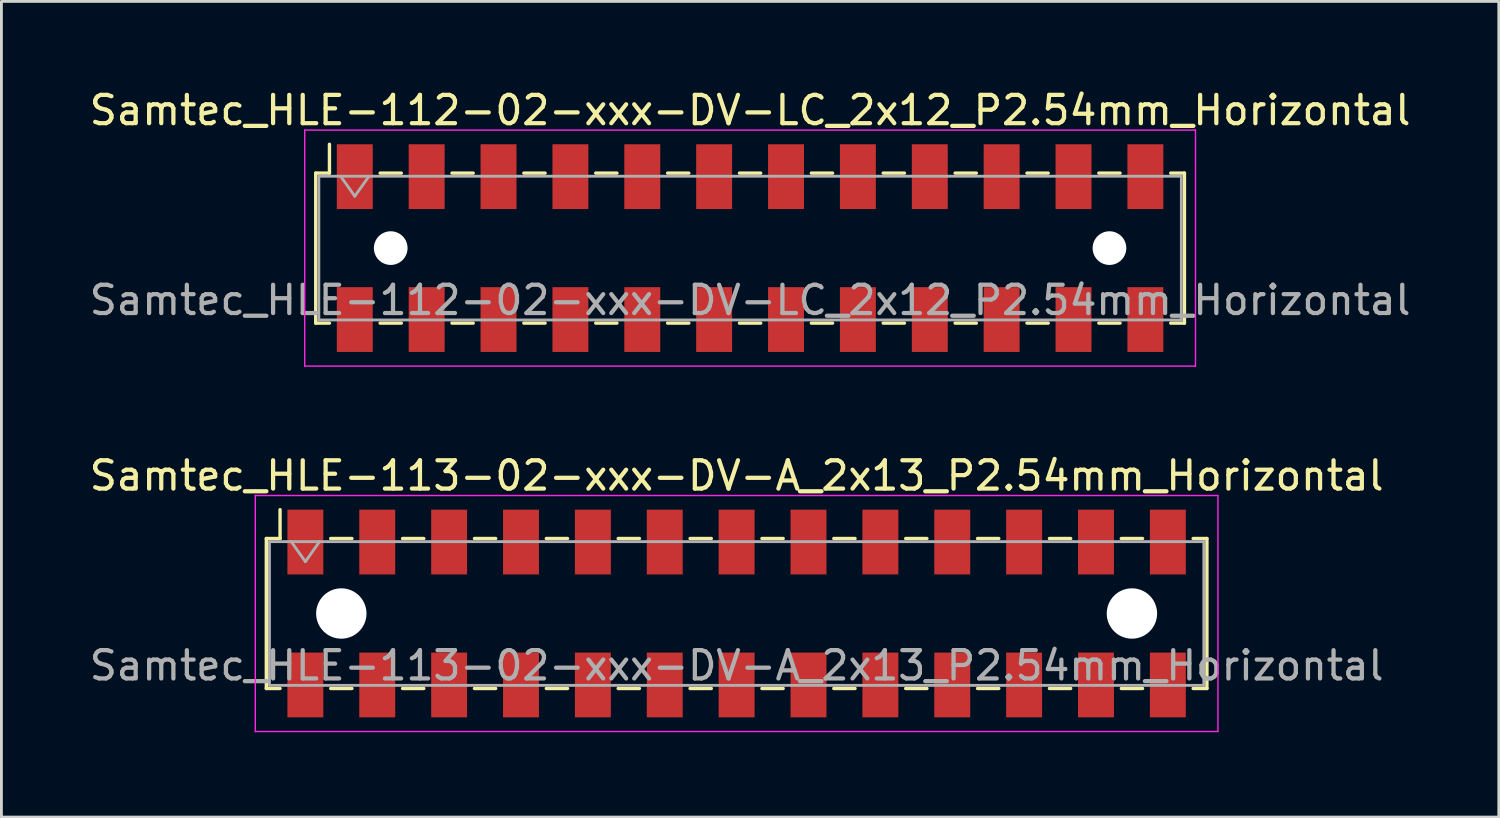
<source format=kicad_pcb>
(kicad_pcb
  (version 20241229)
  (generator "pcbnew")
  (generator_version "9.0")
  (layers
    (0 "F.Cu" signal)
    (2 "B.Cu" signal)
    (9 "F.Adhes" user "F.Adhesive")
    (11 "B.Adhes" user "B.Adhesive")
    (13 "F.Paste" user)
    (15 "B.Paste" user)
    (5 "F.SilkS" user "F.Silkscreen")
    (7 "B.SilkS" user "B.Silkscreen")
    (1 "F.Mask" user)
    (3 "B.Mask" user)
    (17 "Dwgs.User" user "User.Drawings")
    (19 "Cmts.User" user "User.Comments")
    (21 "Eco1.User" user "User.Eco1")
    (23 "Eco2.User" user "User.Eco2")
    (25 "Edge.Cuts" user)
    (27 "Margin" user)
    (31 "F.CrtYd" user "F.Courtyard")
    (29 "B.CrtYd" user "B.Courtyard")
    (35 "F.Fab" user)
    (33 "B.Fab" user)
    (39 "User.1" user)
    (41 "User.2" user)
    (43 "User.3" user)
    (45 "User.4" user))
  (footprint "Samtec_HLE-112-02-xxx-DV-LC_2x12_P2.54mm_Horizontal"
    (layer "F.Cu")
    (at 23.458 5.718)
    (property "Reference" "Samtec_HLE-112-02-xxx-DV-LC_2x12_P2.54mm_Horizontal" (at 0 -4.87 0) (layer "F.SilkS") (effects (font (size 1 1) (thickness 0.15))))
    (attr smd)
    (fp_line (start -15.35 -2.65) (end -15.35 2.65) (stroke (width 0.12) (type solid)) (layer "F.SilkS"))
    (fp_line (start -15.35 2.65) (end -14.865 2.65) (stroke (width 0.12) (type solid)) (layer "F.SilkS"))
    (fp_line (start -14.865 -3.67) (end -14.865 -2.65) (stroke (width 0.12) (type solid)) (layer "F.SilkS"))
    (fp_line (start -14.865 -2.65) (end -15.35 -2.65) (stroke (width 0.12) (type solid)) (layer "F.SilkS"))
    (fp_line (start -13.075 -2.65) (end -12.325 -2.65) (stroke (width 0.12) (type solid)) (layer "F.SilkS"))
    (fp_line (start -13.075 2.65) (end -12.325 2.65) (stroke (width 0.12) (type solid)) (layer "F.SilkS"))
    (fp_line (start -10.535 -2.65) (end -9.785 -2.65) (stroke (width 0.12) (type solid)) (layer "F.SilkS"))
    (fp_line (start -10.535 2.65) (end -9.785 2.65) (stroke (width 0.12) (type solid)) (layer "F.SilkS"))
    (fp_line (start -7.995 -2.65) (end -7.245 -2.65) (stroke (width 0.12) (type solid)) (layer "F.SilkS"))
    (fp_line (start -7.995 2.65) (end -7.245 2.65) (stroke (width 0.12) (type solid)) (layer "F.SilkS"))
    (fp_line (start -5.455 -2.65) (end -4.705 -2.65) (stroke (width 0.12) (type solid)) (layer "F.SilkS"))
    (fp_line (start -5.455 2.65) (end -4.705 2.65) (stroke (width 0.12) (type solid)) (layer "F.SilkS"))
    (fp_line (start -2.915 -2.65) (end -2.165 -2.65) (stroke (width 0.12) (type solid)) (layer "F.SilkS"))
    (fp_line (start -2.915 2.65) (end -2.165 2.65) (stroke (width 0.12) (type solid)) (layer "F.SilkS"))
    (fp_line (start -0.375 -2.65) (end 0.375 -2.65) (stroke (width 0.12) (type solid)) (layer "F.SilkS"))
    (fp_line (start -0.375 2.65) (end 0.375 2.65) (stroke (width 0.12) (type solid)) (layer "F.SilkS"))
    (fp_line (start 2.165 -2.65) (end 2.915 -2.65) (stroke (width 0.12) (type solid)) (layer "F.SilkS"))
    (fp_line (start 2.165 2.65) (end 2.915 2.65) (stroke (width 0.12) (type solid)) (layer "F.SilkS"))
    (fp_line (start 4.705 -2.65) (end 5.455 -2.65) (stroke (width 0.12) (type solid)) (layer "F.SilkS"))
    (fp_line (start 4.705 2.65) (end 5.455 2.65) (stroke (width 0.12) (type solid)) (layer "F.SilkS"))
    (fp_line (start 7.245 -2.65) (end 7.995 -2.65) (stroke (width 0.12) (type solid)) (layer "F.SilkS"))
    (fp_line (start 7.245 2.65) (end 7.995 2.65) (stroke (width 0.12) (type solid)) (layer "F.SilkS"))
    (fp_line (start 9.785 -2.65) (end 10.535 -2.65) (stroke (width 0.12) (type solid)) (layer "F.SilkS"))
    (fp_line (start 9.785 2.65) (end 10.535 2.65) (stroke (width 0.12) (type solid)) (layer "F.SilkS"))
    (fp_line (start 12.325 -2.65) (end 13.075 -2.65) (stroke (width 0.12) (type solid)) (layer "F.SilkS"))
    (fp_line (start 12.325 2.65) (end 13.075 2.65) (stroke (width 0.12) (type solid)) (layer "F.SilkS"))
    (fp_line (start 14.865 -2.65) (end 15.35 -2.65) (stroke (width 0.12) (type solid)) (layer "F.SilkS"))
    (fp_line (start 15.35 -2.65) (end 15.35 2.65) (stroke (width 0.12) (type solid)) (layer "F.SilkS"))
    (fp_line (start 15.35 2.65) (end 14.865 2.65) (stroke (width 0.12) (type solid)) (layer "F.SilkS"))
    (fp_line (start -15.74 -4.17) (end 15.74 -4.17) (stroke (width 0.05) (type solid)) (layer "F.CrtYd"))
    (fp_line (start -15.74 4.17) (end -15.74 -4.17) (stroke (width 0.05) (type solid)) (layer "F.CrtYd"))
    (fp_line (start 15.74 -4.17) (end 15.74 4.17) (stroke (width 0.05) (type solid)) (layer "F.CrtYd"))
    (fp_line (start 15.74 4.17) (end -15.74 4.17) (stroke (width 0.05) (type solid)) (layer "F.CrtYd"))
    (fp_line (start -15.24 -2.54) (end 15.24 -2.54) (stroke (width 0.1) (type solid)) (layer "F.Fab"))
    (fp_line (start -15.24 2.54) (end -15.24 -2.54) (stroke (width 0.1) (type solid)) (layer "F.Fab"))
    (fp_line (start -14.47 -2.54) (end -13.97 -1.833) (stroke (width 0.1) (type solid)) (layer "F.Fab"))
    (fp_line (start -13.97 -1.833) (end -13.47 -2.54) (stroke (width 0.1) (type solid)) (layer "F.Fab"))
    (fp_line (start 15.24 -2.54) (end 15.24 2.54) (stroke (width 0.1) (type solid)) (layer "F.Fab"))
    (fp_line (start 15.24 2.54) (end -15.24 2.54) (stroke (width 0.1) (type solid)) (layer "F.Fab"))
    (fp_text user "${REFERENCE}" (at 0 1.84 0) (layer "F.Fab") (effects (font (size 1 1) (thickness 0.15))))
    (pad "" np_thru_hole circle (at -12.7 0) (size 1.19 1.19) (drill 1.19) (layers "*.Cu" "*.Mask"))
    (pad "" np_thru_hole circle (at 12.7 0) (size 1.19 1.19) (drill 1.19) (layers "*.Cu" "*.Mask"))
    (pad "1" smd rect (at -13.97 -2.525) (size 1.27 2.29) (layers "F.Cu" "F.Mask" "F.Paste"))
    (pad "2" smd rect (at -13.97 2.525) (size 1.27 2.29) (layers "F.Cu" "F.Mask" "F.Paste"))
    (pad "3" smd rect (at -11.43 -2.525) (size 1.27 2.29) (layers "F.Cu" "F.Mask" "F.Paste"))
    (pad "4" smd rect (at -11.43 2.525) (size 1.27 2.29) (layers "F.Cu" "F.Mask" "F.Paste"))
    (pad "5" smd rect (at -8.89 -2.525) (size 1.27 2.29) (layers "F.Cu" "F.Mask" "F.Paste"))
    (pad "6" smd rect (at -8.89 2.525) (size 1.27 2.29) (layers "F.Cu" "F.Mask" "F.Paste"))
    (pad "7" smd rect (at -6.35 -2.525) (size 1.27 2.29) (layers "F.Cu" "F.Mask" "F.Paste"))
    (pad "8" smd rect (at -6.35 2.525) (size 1.27 2.29) (layers "F.Cu" "F.Mask" "F.Paste"))
    (pad "9" smd rect (at -3.81 -2.525) (size 1.27 2.29) (layers "F.Cu" "F.Mask" "F.Paste"))
    (pad "10" smd rect (at -3.81 2.525) (size 1.27 2.29) (layers "F.Cu" "F.Mask" "F.Paste"))
    (pad "11" smd rect (at -1.27 -2.525) (size 1.27 2.29) (layers "F.Cu" "F.Mask" "F.Paste"))
    (pad "12" smd rect (at -1.27 2.525) (size 1.27 2.29) (layers "F.Cu" "F.Mask" "F.Paste"))
    (pad "13" smd rect (at 1.27 -2.525) (size 1.27 2.29) (layers "F.Cu" "F.Mask" "F.Paste"))
    (pad "14" smd rect (at 1.27 2.525) (size 1.27 2.29) (layers "F.Cu" "F.Mask" "F.Paste"))
    (pad "15" smd rect (at 3.81 -2.525) (size 1.27 2.29) (layers "F.Cu" "F.Mask" "F.Paste"))
    (pad "16" smd rect (at 3.81 2.525) (size 1.27 2.29) (layers "F.Cu" "F.Mask" "F.Paste"))
    (pad "17" smd rect (at 6.35 -2.525) (size 1.27 2.29) (layers "F.Cu" "F.Mask" "F.Paste"))
    (pad "18" smd rect (at 6.35 2.525) (size 1.27 2.29) (layers "F.Cu" "F.Mask" "F.Paste"))
    (pad "19" smd rect (at 8.89 -2.525) (size 1.27 2.29) (layers "F.Cu" "F.Mask" "F.Paste"))
    (pad "20" smd rect (at 8.89 2.525) (size 1.27 2.29) (layers "F.Cu" "F.Mask" "F.Paste"))
    (pad "21" smd rect (at 11.43 -2.525) (size 1.27 2.29) (layers "F.Cu" "F.Mask" "F.Paste"))
    (pad "22" smd rect (at 11.43 2.525) (size 1.27 2.29) (layers "F.Cu" "F.Mask" "F.Paste"))
    (pad "23" smd rect (at 13.97 -2.525) (size 1.27 2.29) (layers "F.Cu" "F.Mask" "F.Paste"))
    (pad "24" smd rect (at 13.97 2.525) (size 1.27 2.29) (layers "F.Cu" "F.Mask" "F.Paste")))
  (footprint "Samtec_HLE-113-02-xxx-DV-A_2x13_P2.54mm_Horizontal"
    (layer "F.Cu")
    (at 22.982 18.631)
    (property "Reference" "Samtec_HLE-113-02-xxx-DV-A_2x13_P2.54mm_Horizontal" (at 0 -4.87 0) (layer "F.SilkS") (effects (font (size 1 1) (thickness 0.15))))
    (attr smd)
    (fp_line (start -16.62 -2.65) (end -16.62 2.65) (stroke (width 0.12) (type solid)) (layer "F.SilkS"))
    (fp_line (start -16.62 2.65) (end -16.135 2.65) (stroke (width 0.12) (type solid)) (layer "F.SilkS"))
    (fp_line (start -16.135 -3.67) (end -16.135 -2.65) (stroke (width 0.12) (type solid)) (layer "F.SilkS"))
    (fp_line (start -16.135 -2.65) (end -16.62 -2.65) (stroke (width 0.12) (type solid)) (layer "F.SilkS"))
    (fp_line (start -14.345 -2.65) (end -13.595 -2.65) (stroke (width 0.12) (type solid)) (layer "F.SilkS"))
    (fp_line (start -14.345 2.65) (end -13.595 2.65) (stroke (width 0.12) (type solid)) (layer "F.SilkS"))
    (fp_line (start -11.805 -2.65) (end -11.055 -2.65) (stroke (width 0.12) (type solid)) (layer "F.SilkS"))
    (fp_line (start -11.805 2.65) (end -11.055 2.65) (stroke (width 0.12) (type solid)) (layer "F.SilkS"))
    (fp_line (start -9.265 -2.65) (end -8.515 -2.65) (stroke (width 0.12) (type solid)) (layer "F.SilkS"))
    (fp_line (start -9.265 2.65) (end -8.515 2.65) (stroke (width 0.12) (type solid)) (layer "F.SilkS"))
    (fp_line (start -6.725 -2.65) (end -5.975 -2.65) (stroke (width 0.12) (type solid)) (layer "F.SilkS"))
    (fp_line (start -6.725 2.65) (end -5.975 2.65) (stroke (width 0.12) (type solid)) (layer "F.SilkS"))
    (fp_line (start -4.185 -2.65) (end -3.435 -2.65) (stroke (width 0.12) (type solid)) (layer "F.SilkS"))
    (fp_line (start -4.185 2.65) (end -3.435 2.65) (stroke (width 0.12) (type solid)) (layer "F.SilkS"))
    (fp_line (start -1.645 -2.65) (end -0.895 -2.65) (stroke (width 0.12) (type solid)) (layer "F.SilkS"))
    (fp_line (start -1.645 2.65) (end -0.895 2.65) (stroke (width 0.12) (type solid)) (layer "F.SilkS"))
    (fp_line (start 0.895 -2.65) (end 1.645 -2.65) (stroke (width 0.12) (type solid)) (layer "F.SilkS"))
    (fp_line (start 0.895 2.65) (end 1.645 2.65) (stroke (width 0.12) (type solid)) (layer "F.SilkS"))
    (fp_line (start 3.435 -2.65) (end 4.185 -2.65) (stroke (width 0.12) (type solid)) (layer "F.SilkS"))
    (fp_line (start 3.435 2.65) (end 4.185 2.65) (stroke (width 0.12) (type solid)) (layer "F.SilkS"))
    (fp_line (start 5.975 -2.65) (end 6.725 -2.65) (stroke (width 0.12) (type solid)) (layer "F.SilkS"))
    (fp_line (start 5.975 2.65) (end 6.725 2.65) (stroke (width 0.12) (type solid)) (layer "F.SilkS"))
    (fp_line (start 8.515 -2.65) (end 9.265 -2.65) (stroke (width 0.12) (type solid)) (layer "F.SilkS"))
    (fp_line (start 8.515 2.65) (end 9.265 2.65) (stroke (width 0.12) (type solid)) (layer "F.SilkS"))
    (fp_line (start 11.055 -2.65) (end 11.805 -2.65) (stroke (width 0.12) (type solid)) (layer "F.SilkS"))
    (fp_line (start 11.055 2.65) (end 11.805 2.65) (stroke (width 0.12) (type solid)) (layer "F.SilkS"))
    (fp_line (start 13.595 -2.65) (end 14.345 -2.65) (stroke (width 0.12) (type solid)) (layer "F.SilkS"))
    (fp_line (start 13.595 2.65) (end 14.345 2.65) (stroke (width 0.12) (type solid)) (layer "F.SilkS"))
    (fp_line (start 16.135 -2.65) (end 16.62 -2.65) (stroke (width 0.12) (type solid)) (layer "F.SilkS"))
    (fp_line (start 16.62 -2.65) (end 16.62 2.65) (stroke (width 0.12) (type solid)) (layer "F.SilkS"))
    (fp_line (start 16.62 2.65) (end 16.135 2.65) (stroke (width 0.12) (type solid)) (layer "F.SilkS"))
    (fp_line (start -17.01 -4.17) (end 17.01 -4.17) (stroke (width 0.05) (type solid)) (layer "F.CrtYd"))
    (fp_line (start -17.01 4.17) (end -17.01 -4.17) (stroke (width 0.05) (type solid)) (layer "F.CrtYd"))
    (fp_line (start 17.01 -4.17) (end 17.01 4.17) (stroke (width 0.05) (type solid)) (layer "F.CrtYd"))
    (fp_line (start 17.01 4.17) (end -17.01 4.17) (stroke (width 0.05) (type solid)) (layer "F.CrtYd"))
    (fp_line (start -16.51 -2.54) (end 16.51 -2.54) (stroke (width 0.1) (type solid)) (layer "F.Fab"))
    (fp_line (start -16.51 2.54) (end -16.51 -2.54) (stroke (width 0.1) (type solid)) (layer "F.Fab"))
    (fp_line (start -15.74 -2.54) (end -15.24 -1.833) (stroke (width 0.1) (type solid)) (layer "F.Fab"))
    (fp_line (start -15.24 -1.833) (end -14.74 -2.54) (stroke (width 0.1) (type solid)) (layer "F.Fab"))
    (fp_line (start 16.51 -2.54) (end 16.51 2.54) (stroke (width 0.1) (type solid)) (layer "F.Fab"))
    (fp_line (start 16.51 2.54) (end -16.51 2.54) (stroke (width 0.1) (type solid)) (layer "F.Fab"))
    (fp_text user "${REFERENCE}" (at 0 1.84 0) (layer "F.Fab") (effects (font (size 1 1) (thickness 0.15))))
    (pad "" np_thru_hole circle (at -13.97 0) (size 1.78 1.78) (drill 1.78) (layers "*.Cu" "*.Mask"))
    (pad "" np_thru_hole circle (at 13.97 0) (size 1.78 1.78) (drill 1.78) (layers "*.Cu" "*.Mask"))
    (pad "1" smd rect (at -15.24 -2.525) (size 1.27 2.29) (layers "F.Cu" "F.Mask" "F.Paste"))
    (pad "2" smd rect (at -15.24 2.525) (size 1.27 2.29) (layers "F.Cu" "F.Mask" "F.Paste"))
    (pad "3" smd rect (at -12.7 -2.525) (size 1.27 2.29) (layers "F.Cu" "F.Mask" "F.Paste"))
    (pad "4" smd rect (at -12.7 2.525) (size 1.27 2.29) (layers "F.Cu" "F.Mask" "F.Paste"))
    (pad "5" smd rect (at -10.16 -2.525) (size 1.27 2.29) (layers "F.Cu" "F.Mask" "F.Paste"))
    (pad "6" smd rect (at -10.16 2.525) (size 1.27 2.29) (layers "F.Cu" "F.Mask" "F.Paste"))
    (pad "7" smd rect (at -7.62 -2.525) (size 1.27 2.29) (layers "F.Cu" "F.Mask" "F.Paste"))
    (pad "8" smd rect (at -7.62 2.525) (size 1.27 2.29) (layers "F.Cu" "F.Mask" "F.Paste"))
    (pad "9" smd rect (at -5.08 -2.525) (size 1.27 2.29) (layers "F.Cu" "F.Mask" "F.Paste"))
    (pad "10" smd rect (at -5.08 2.525) (size 1.27 2.29) (layers "F.Cu" "F.Mask" "F.Paste"))
    (pad "11" smd rect (at -2.54 -2.525) (size 1.27 2.29) (layers "F.Cu" "F.Mask" "F.Paste"))
    (pad "12" smd rect (at -2.54 2.525) (size 1.27 2.29) (layers "F.Cu" "F.Mask" "F.Paste"))
    (pad "13" smd rect (at 0 -2.525) (size 1.27 2.29) (layers "F.Cu" "F.Mask" "F.Paste"))
    (pad "14" smd rect (at 0 2.525) (size 1.27 2.29) (layers "F.Cu" "F.Mask" "F.Paste"))
    (pad "15" smd rect (at 2.54 -2.525) (size 1.27 2.29) (layers "F.Cu" "F.Mask" "F.Paste"))
    (pad "16" smd rect (at 2.54 2.525) (size 1.27 2.29) (layers "F.Cu" "F.Mask" "F.Paste"))
    (pad "17" smd rect (at 5.08 -2.525) (size 1.27 2.29) (layers "F.Cu" "F.Mask" "F.Paste"))
    (pad "18" smd rect (at 5.08 2.525) (size 1.27 2.29) (layers "F.Cu" "F.Mask" "F.Paste"))
    (pad "19" smd rect (at 7.62 -2.525) (size 1.27 2.29) (layers "F.Cu" "F.Mask" "F.Paste"))
    (pad "20" smd rect (at 7.62 2.525) (size 1.27 2.29) (layers "F.Cu" "F.Mask" "F.Paste"))
    (pad "21" smd rect (at 10.16 -2.525) (size 1.27 2.29) (layers "F.Cu" "F.Mask" "F.Paste"))
    (pad "22" smd rect (at 10.16 2.525) (size 1.27 2.29) (layers "F.Cu" "F.Mask" "F.Paste"))
    (pad "23" smd rect (at 12.7 -2.525) (size 1.27 2.29) (layers "F.Cu" "F.Mask" "F.Paste"))
    (pad "24" smd rect (at 12.7 2.525) (size 1.27 2.29) (layers "F.Cu" "F.Mask" "F.Paste"))
    (pad "25" smd rect (at 15.24 -2.525) (size 1.27 2.29) (layers "F.Cu" "F.Mask" "F.Paste"))
    (pad "26" smd rect (at 15.24 2.525) (size 1.27 2.29) (layers "F.Cu" "F.Mask" "F.Paste")))
  (gr_rect
    (start -3 -3)
    (end 49.917 25.826)
    (stroke (width 0.1) (type default))
    (fill no)
    (layer "Edge.Cuts")))
</source>
